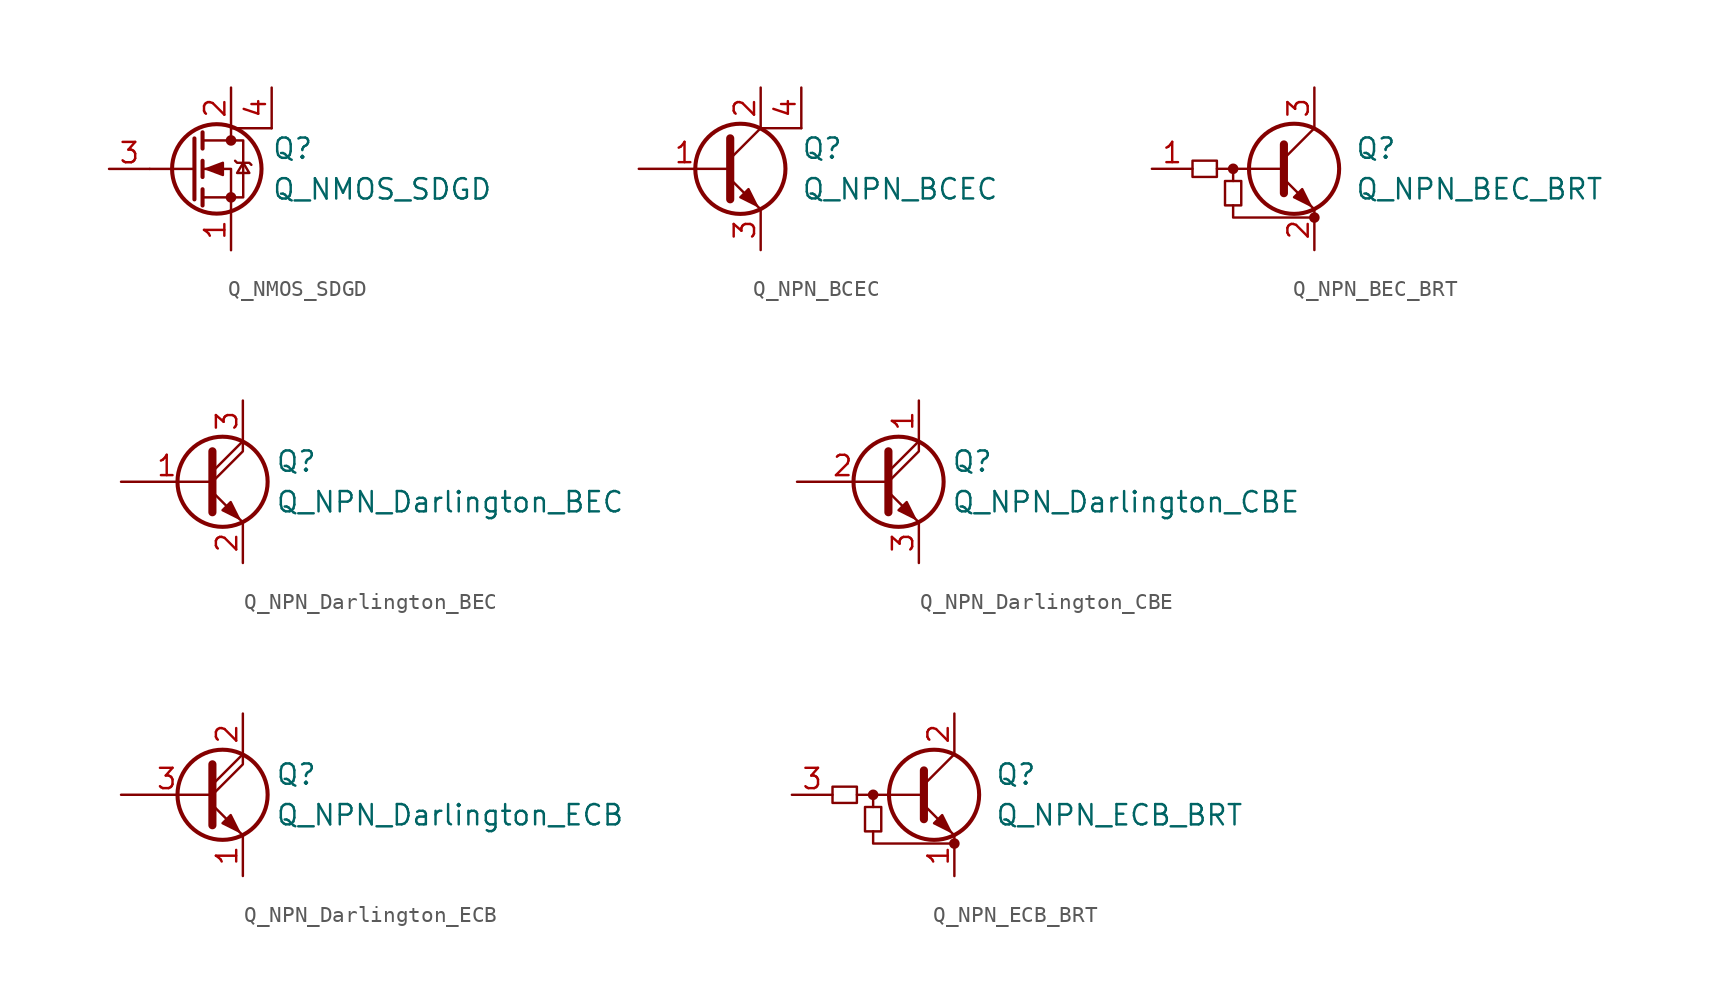
<source format=kicad_sym>
(kicad_symbol_lib
  (version 20211014)
  (generator kicad_symbol_editor)
  (symbol "Q_NMOS_SDGD"
    (pin_names
      (offset 0) hide)
    (property "Reference" "Q"
      (at 5.08 1.27 0)
      (effects (font (size 1.27 1.27)) (justify left)))
    (property "Value" "Q_NMOS_SDGD"
      (at 5.08 -1.27 0)
      (effects (font (size 1.27 1.27)) (justify left)))
    (symbol "Q_NMOS_SDGD_0_1"
      (polyline (pts (xy 0.254 0) (xy -2.54 0)) (stroke (width 0) (type default) (color 0 0 0 0)) (fill (type none)))
      (polyline (pts (xy 0.254 1.905) (xy 0.254 -1.905)) (stroke (width 0.254) (type default) (color 0 0 0 0)) (fill (type none)))
      (polyline (pts (xy 0.762 -1.27) (xy 0.762 -2.286)) (stroke (width 0.254) (type default) (color 0 0 0 0)) (fill (type none)))
      (polyline (pts (xy 0.762 0.508) (xy 0.762 -0.508)) (stroke (width 0.254) (type default) (color 0 0 0 0)) (fill (type none)))
      (polyline (pts (xy 0.762 2.286) (xy 0.762 1.27)) (stroke (width 0.254) (type default) (color 0 0 0 0)) (fill (type none)))
      (polyline (pts (xy 2.54 -2.54) (xy 2.54 0) (xy 0.762 0)) (stroke (width 0) (type default) (color 0 0 0 0)) (fill (type none)))
      (polyline (pts (xy 5.08 2.54) (xy 2.54 2.54) (xy 2.54 1.778)) (stroke (width 0) (type default) (color 0 0 0 0)) (fill (type none)))
      (polyline (pts (xy 0.762 -1.778) (xy 3.302 -1.778) (xy 3.302 1.778) (xy 0.762 1.778)) (stroke (width 0) (type default) (color 0 0 0 0)) (fill (type none)))
      (polyline (pts (xy 1.016 0) (xy 2.032 0.381) (xy 2.032 -0.381) (xy 1.016 0)) (stroke (width 0) (type default) (color 0 0 0 0)) (fill (type outline)))
      (polyline (pts (xy 2.794 0.508) (xy 2.921 0.381) (xy 3.683 0.381) (xy 3.81 0.254)) (stroke (width 0) (type default) (color 0 0 0 0)) (fill (type none)))
      (polyline (pts (xy 3.302 0.381) (xy 2.921 -0.254) (xy 3.683 -0.254) (xy 3.302 0.381)) (stroke (width 0) (type default) (color 0 0 0 0)) (fill (type none)))
      (circle (center 1.651 0) (radius 2.794) (stroke (width 0.254) (type default) (color 0 0 0 0)) (fill (type none)))
      (circle (center 2.54 -1.778) (radius 0.254) (stroke (width 0) (type default) (color 0 0 0 0)) (fill (type outline)))
      (circle (center 2.54 1.778) (radius 0.254) (stroke (width 0) (type default) (color 0 0 0 0)) (fill (type outline))))
    (symbol "Q_NMOS_SDGD_1_1"
      (pin passive line (at 2.54 -5.08 90) (length 2.54) (name "S" (effects (font (size 1.27 1.27)))) (number "1" (effects (font (size 1.27 1.27)))))
      (pin passive line (at 2.54 5.08 270) (length 2.54) (name "D" (effects (font (size 1.27 1.27)))) (number "2" (effects (font (size 1.27 1.27)))))
      (pin input line (at -5.08 0 0) (length 2.54) (name "G" (effects (font (size 1.27 1.27)))) (number "3" (effects (font (size 1.27 1.27)))))
      (pin passive line (at 5.08 5.08 270) (length 2.54) (name "D" (effects (font (size 1.27 1.27)))) (number "4" (effects (font (size 1.27 1.27)))))))
  (symbol "Q_NPN_BCEC"
    (pin_names
      (offset 0) hide)
    (property "Reference" "Q"
      (at 5.08 1.27 0)
      (effects (font (size 1.27 1.27)) (justify left)))
    (property "Value" "Q_NPN_BCEC"
      (at 5.08 -1.27 0)
      (effects (font (size 1.27 1.27)) (justify left)))
    (symbol "Q_NPN_BCEC_0_1"
      (polyline (pts (xy 0.635 0.635) (xy 2.54 2.54)) (stroke (width 0) (type default) (color 0 0 0 0)) (fill (type none)))
      (polyline (pts (xy 2.54 2.54) (xy 5.08 2.54)) (stroke (width 0) (type default) (color 0 0 0 0)) (fill (type none)))
      (polyline (pts (xy 0.635 -0.635) (xy 2.54 -2.54) (xy 2.54 -2.54)) (stroke (width 0) (type default) (color 0 0 0 0)) (fill (type none)))
      (polyline (pts (xy 0.635 1.905) (xy 0.635 -1.905) (xy 0.635 -1.905)) (stroke (width 0.508) (type default) (color 0 0 0 0)) (fill (type none)))
      (polyline (pts (xy 1.27 -1.778) (xy 1.778 -1.27) (xy 2.286 -2.286) (xy 1.27 -1.778) (xy 1.27 -1.778)) (stroke (width 0) (type default) (color 0 0 0 0)) (fill (type outline)))
      (circle (center 1.27 0) (radius 2.819) (stroke (width 0.254) (type default) (color 0 0 0 0)) (fill (type none))))
    (symbol "Q_NPN_BCEC_1_1"
      (pin input line (at -5.08 0 0) (length 5.715) (name "B" (effects (font (size 1.27 1.27)))) (number "1" (effects (font (size 1.27 1.27)))))
      (pin passive line (at 2.54 5.08 270) (length 2.54) (name "C" (effects (font (size 1.27 1.27)))) (number "2" (effects (font (size 1.27 1.27)))))
      (pin passive line (at 2.54 -5.08 90) (length 2.54) (name "E" (effects (font (size 1.27 1.27)))) (number "3" (effects (font (size 1.27 1.27)))))
      (pin passive line (at 5.08 5.08 270) (length 2.54) (name "C" (effects (font (size 1.27 1.27)))) (number "4" (effects (font (size 1.27 1.27)))))))
  (symbol "Q_NPN_BEC_BRT"
    (pin_names hide)
    (property "Reference" "Q"
      (at 3.81 1.27 0)
      (effects (font (size 1.27 1.27)) (justify left)))
    (property "Value" "Q_NPN_BEC_BRT"
      (at 3.81 -1.27 0)
      (effects (font (size 1.27 1.27)) (justify left)))
    (symbol "Q_NPN_BEC_BRT_0_1"
      (rectangle (start -6.35 0.508) (end -4.826 -0.508) (stroke (width 0) (type default) (color 0 0 0 0)) (fill (type none)))
      (rectangle (start -4.318 -2.286) (end -3.302 -0.762) (stroke (width 0) (type default) (color 0 0 0 0)) (fill (type none)))
      (circle (center -3.81 0) (radius 0.254) (stroke (width 0) (type default) (color 0 0 0 0)) (fill (type outline)))
      (polyline (pts (xy -3.81 -0.762) (xy -3.81 0)) (stroke (width 0) (type default) (color 0 0 0 0)) (fill (type none)))
      (polyline (pts (xy -0.762 0) (xy -4.826 0)) (stroke (width 0) (type default) (color 0 0 0 0)) (fill (type none)))
      (polyline (pts (xy -0.635 1.524) (xy -0.635 -1.524)) (stroke (width 0.508) (type default) (color 0 0 0 0)) (fill (type none)))
      (polyline (pts (xy -3.81 -2.286) (xy -3.81 -3.048) (xy 1.27 -3.048)) (stroke (width 0) (type default) (color 0 0 0 0)) (fill (type none)))
      (circle (center 1.27 -3.048) (radius 0.254) (stroke (width 0) (type default) (color 0 0 0 0)) (fill (type outline))))
    (symbol "Q_NPN_BEC_BRT_1_1"
      (polyline (pts (xy -0.635 0.635) (xy 1.27 2.54)) (stroke (width 0) (type default) (color 0 0 0 0)) (fill (type none)))
      (polyline (pts (xy -0.635 -0.635) (xy 1.27 -2.54) (xy 1.27 -2.54)) (stroke (width 0) (type default) (color 0 0 0 0)) (fill (type none)))
      (polyline (pts (xy 0 -1.778) (xy 0.508 -1.27) (xy 1.016 -2.286) (xy 0 -1.778) (xy 0 -1.778)) (stroke (width 0) (type default) (color 0 0 0 0)) (fill (type outline)))
      (circle (center 0 0) (radius 2.819) (stroke (width 0.254) (type default) (color 0 0 0 0)) (fill (type none)))
      (pin input line (at -8.89 0 0) (length 2.54) (name "B" (effects (font (size 1.27 1.27)))) (number "1" (effects (font (size 1.27 1.27)))))
      (pin passive line (at 1.27 -5.08 90) (length 2.54) (name "E" (effects (font (size 1.27 1.27)))) (number "2" (effects (font (size 1.27 1.27)))))
      (pin passive line (at 1.27 5.08 270) (length 2.54) (name "C" (effects (font (size 1.27 1.27)))) (number "3" (effects (font (size 1.27 1.27)))))))
  (symbol "Q_NPN_Darlington_BEC"
    (pin_names
      (offset 0) hide)
    (property "Reference" "Q"
      (at 4.572 1.27 0)
      (effects (font (size 1.27 1.27)) (justify left)))
    (property "Value" "Q_NPN_Darlington_BEC"
      (at 4.572 -1.27 0)
      (effects (font (size 1.27 1.27)) (justify left)))
    (symbol "Q_NPN_Darlington_BEC_0_1"
      (polyline (pts (xy 0.635 0.635) (xy 2.54 2.54)) (stroke (width 0) (type default) (color 0 0 0 0)) (fill (type none)))
      (polyline (pts (xy 0.635 -0.635) (xy 2.54 -2.54) (xy 2.54 -2.54)) (stroke (width 0) (type default) (color 0 0 0 0)) (fill (type none)))
      (polyline (pts (xy 0.635 0) (xy 2.54 1.905) (xy 2.54 2.54)) (stroke (width 0) (type default) (color 0 0 0 0)) (fill (type none)))
      (polyline (pts (xy 0.635 1.905) (xy 0.635 -1.905) (xy 0.635 -1.905)) (stroke (width 0.508) (type default) (color 0 0 0 0)) (fill (type none)))
      (polyline (pts (xy 1.27 -1.778) (xy 1.778 -1.27) (xy 2.286 -2.286) (xy 1.27 -1.778) (xy 1.27 -1.778)) (stroke (width 0) (type default) (color 0 0 0 0)) (fill (type outline)))
      (circle (center 1.27 0) (radius 2.819) (stroke (width 0.254) (type default) (color 0 0 0 0)) (fill (type none))))
    (symbol "Q_NPN_Darlington_BEC_1_1"
      (pin input line (at -5.08 0 0) (length 5.715) (name "B" (effects (font (size 1.27 1.27)))) (number "1" (effects (font (size 1.27 1.27)))))
      (pin passive line (at 2.54 -5.08 90) (length 2.54) (name "E" (effects (font (size 1.27 1.27)))) (number "2" (effects (font (size 1.27 1.27)))))
      (pin passive line (at 2.54 5.08 270) (length 2.54) (name "C" (effects (font (size 1.27 1.27)))) (number "3" (effects (font (size 1.27 1.27)))))))
  (symbol "Q_NPN_Darlington_CBE"
    (pin_names
      (offset 0) hide)
    (property "Reference" "Q"
      (at 4.572 1.27 0)
      (effects (font (size 1.27 1.27)) (justify left)))
    (property "Value" "Q_NPN_Darlington_CBE"
      (at 4.572 -1.27 0)
      (effects (font (size 1.27 1.27)) (justify left)))
    (symbol "Q_NPN_Darlington_CBE_0_1"
      (polyline (pts (xy 0.635 0.635) (xy 2.54 2.54)) (stroke (width 0) (type default) (color 0 0 0 0)) (fill (type none)))
      (polyline (pts (xy 0.635 -0.635) (xy 2.54 -2.54) (xy 2.54 -2.54)) (stroke (width 0) (type default) (color 0 0 0 0)) (fill (type none)))
      (polyline (pts (xy 0.635 0) (xy 2.54 1.905) (xy 2.54 2.54)) (stroke (width 0) (type default) (color 0 0 0 0)) (fill (type none)))
      (polyline (pts (xy 0.635 1.905) (xy 0.635 -1.905) (xy 0.635 -1.905)) (stroke (width 0.508) (type default) (color 0 0 0 0)) (fill (type none)))
      (polyline (pts (xy 1.27 -1.778) (xy 1.778 -1.27) (xy 2.286 -2.286) (xy 1.27 -1.778) (xy 1.27 -1.778)) (stroke (width 0) (type default) (color 0 0 0 0)) (fill (type outline)))
      (circle (center 1.27 0) (radius 2.819) (stroke (width 0.254) (type default) (color 0 0 0 0)) (fill (type none))))
    (symbol "Q_NPN_Darlington_CBE_1_1"
      (pin passive line (at 2.54 5.08 270) (length 2.54) (name "C" (effects (font (size 1.27 1.27)))) (number "1" (effects (font (size 1.27 1.27)))))
      (pin input line (at -5.08 0 0) (length 5.715) (name "B" (effects (font (size 1.27 1.27)))) (number "2" (effects (font (size 1.27 1.27)))))
      (pin passive line (at 2.54 -5.08 90) (length 2.54) (name "E" (effects (font (size 1.27 1.27)))) (number "3" (effects (font (size 1.27 1.27)))))))
  (symbol "Q_NPN_Darlington_ECB"
    (pin_names
      (offset 0) hide)
    (property "Reference" "Q"
      (at 4.572 1.27 0)
      (effects (font (size 1.27 1.27)) (justify left)))
    (property "Value" "Q_NPN_Darlington_ECB"
      (at 4.572 -1.27 0)
      (effects (font (size 1.27 1.27)) (justify left)))
    (symbol "Q_NPN_Darlington_ECB_0_1"
      (polyline (pts (xy 0.635 0.635) (xy 2.54 2.54)) (stroke (width 0) (type default) (color 0 0 0 0)) (fill (type none)))
      (polyline (pts (xy 0.635 -0.635) (xy 2.54 -2.54) (xy 2.54 -2.54)) (stroke (width 0) (type default) (color 0 0 0 0)) (fill (type none)))
      (polyline (pts (xy 0.635 0) (xy 2.54 1.905) (xy 2.54 2.54)) (stroke (width 0) (type default) (color 0 0 0 0)) (fill (type none)))
      (polyline (pts (xy 0.635 1.905) (xy 0.635 -1.905) (xy 0.635 -1.905)) (stroke (width 0.508) (type default) (color 0 0 0 0)) (fill (type none)))
      (polyline (pts (xy 1.27 -1.778) (xy 1.778 -1.27) (xy 2.286 -2.286) (xy 1.27 -1.778) (xy 1.27 -1.778)) (stroke (width 0) (type default) (color 0 0 0 0)) (fill (type outline)))
      (circle (center 1.27 0) (radius 2.819) (stroke (width 0.254) (type default) (color 0 0 0 0)) (fill (type none))))
    (symbol "Q_NPN_Darlington_ECB_1_1"
      (pin passive line (at 2.54 -5.08 90) (length 2.54) (name "E" (effects (font (size 1.27 1.27)))) (number "1" (effects (font (size 1.27 1.27)))))
      (pin passive line (at 2.54 5.08 270) (length 2.54) (name "C" (effects (font (size 1.27 1.27)))) (number "2" (effects (font (size 1.27 1.27)))))
      (pin passive line (at -5.08 0 0) (length 5.715) (name "B" (effects (font (size 1.27 1.27)))) (number "3" (effects (font (size 1.27 1.27)))))))
  (symbol "Q_NPN_ECB_BRT"
    (pin_names hide)
    (property "Reference" "Q"
      (at 3.81 1.27 0)
      (effects (font (size 1.27 1.27)) (justify left)))
    (property "Value" "Q_NPN_ECB_BRT"
      (at 3.81 -1.27 0)
      (effects (font (size 1.27 1.27)) (justify left)))
    (symbol "Q_NPN_ECB_BRT_0_1"
      (rectangle (start -6.35 0.508) (end -4.826 -0.508) (stroke (width 0) (type default) (color 0 0 0 0)) (fill (type none)))
      (rectangle (start -4.318 -2.286) (end -3.302 -0.762) (stroke (width 0) (type default) (color 0 0 0 0)) (fill (type none)))
      (circle (center -3.81 0) (radius 0.254) (stroke (width 0) (type default) (color 0 0 0 0)) (fill (type outline)))
      (polyline (pts (xy -3.81 -0.762) (xy -3.81 0)) (stroke (width 0) (type default) (color 0 0 0 0)) (fill (type none)))
      (polyline (pts (xy -0.762 0) (xy -4.826 0)) (stroke (width 0) (type default) (color 0 0 0 0)) (fill (type none)))
      (polyline (pts (xy -0.635 1.524) (xy -0.635 -1.524)) (stroke (width 0.508) (type default) (color 0 0 0 0)) (fill (type none)))
      (polyline (pts (xy -3.81 -2.286) (xy -3.81 -3.048) (xy 1.27 -3.048)) (stroke (width 0) (type default) (color 0 0 0 0)) (fill (type none)))
      (circle (center 1.27 -3.048) (radius 0.254) (stroke (width 0) (type default) (color 0 0 0 0)) (fill (type outline))))
    (symbol "Q_NPN_ECB_BRT_1_1"
      (polyline (pts (xy -0.635 0.635) (xy 1.27 2.54)) (stroke (width 0) (type default) (color 0 0 0 0)) (fill (type none)))
      (polyline (pts (xy -0.635 -0.635) (xy 1.27 -2.54) (xy 1.27 -2.54)) (stroke (width 0) (type default) (color 0 0 0 0)) (fill (type none)))
      (polyline (pts (xy 0 -1.778) (xy 0.508 -1.27) (xy 1.016 -2.286) (xy 0 -1.778) (xy 0 -1.778)) (stroke (width 0) (type default) (color 0 0 0 0)) (fill (type outline)))
      (circle (center 0 0) (radius 2.819) (stroke (width 0.254) (type default) (color 0 0 0 0)) (fill (type none)))
      (pin passive line (at 1.27 -5.08 90) (length 2.54) (name "E" (effects (font (size 1.27 1.27)))) (number "1" (effects (font (size 1.27 1.27)))))
      (pin passive line (at 1.27 5.08 270) (length 2.54) (name "C" (effects (font (size 1.27 1.27)))) (number "2" (effects (font (size 1.27 1.27)))))
      (pin input line (at -8.89 0 0) (length 2.54) (name "B" (effects (font (size 1.27 1.27)))) (number "3" (effects (font (size 1.27 1.27))))))))
</source>
